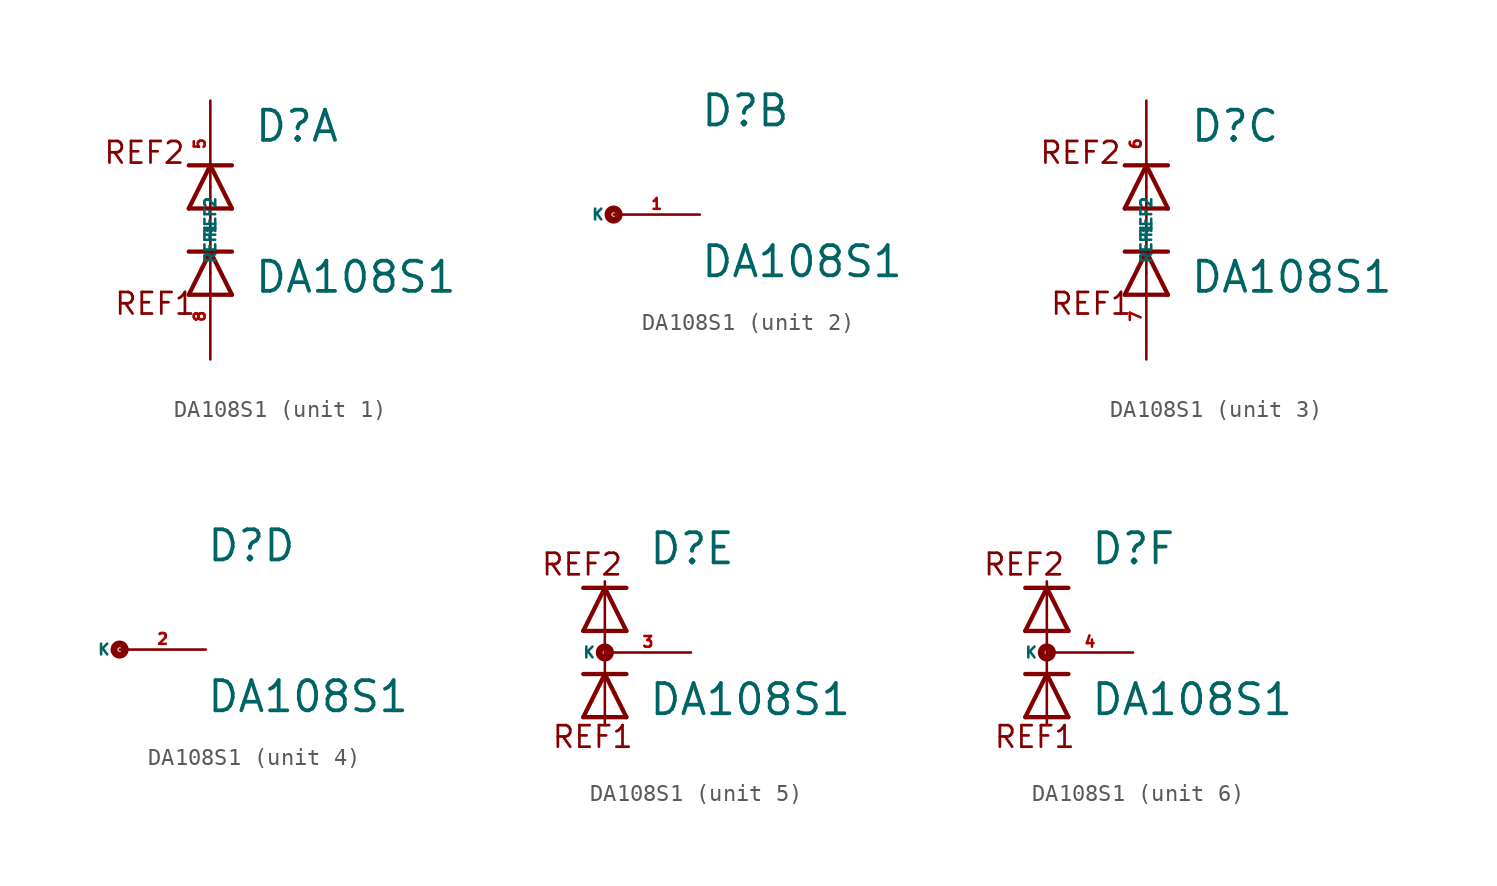
<source format=kicad_sym>
(kicad_symbol_lib
  (version 20220914)
  (generator Eagle2Kicad)
  (symbol "DA108S1"
    (property "Reference" "D"
      (at 2.54 5.08 0)
      (effects (font (size 1.778 1.778) (thickness 0.22)) (justify left bottom)))
    (property "Value" "DA108S1"
      (at 2.54 -3.81 0)
      (effects (font (size 1.778 1.778) (thickness 0.22)) (justify left bottom)))
    (symbol "DA108S1_1_0"
      (polyline (pts (xy 1.27 1.27) (xy 0 3.81)) (stroke (width 0.254) (type default)) (fill (type none)))
      (polyline (pts (xy 0 3.81) (xy -1.27 1.27)) (stroke (width 0.254) (type default)) (fill (type none)))
      (polyline (pts (xy -1.27 3.81) (xy 0 3.81)) (stroke (width 0.254) (type default)) (fill (type none)))
      (polyline (pts (xy 0 3.81) (xy 1.27 3.81)) (stroke (width 0.254) (type default)) (fill (type none)))
      (polyline (pts (xy 1.27 -3.81) (xy 0 -1.27)) (stroke (width 0.254) (type default)) (fill (type none)))
      (polyline (pts (xy 0 -1.27) (xy -1.27 -3.81)) (stroke (width 0.254) (type default)) (fill (type none)))
      (polyline (pts (xy -1.27 -3.81) (xy 1.27 -3.81)) (stroke (width 0.254) (type default)) (fill (type none)))
      (polyline (pts (xy -1.27 1.27) (xy 1.27 1.27)) (stroke (width 0.254) (type default)) (fill (type none)))
      (polyline (pts (xy 0 2.54) (xy 0 -1.27)) (stroke (width 0.152) (type default)) (fill (type none)))
      (polyline (pts (xy 0 -1.27) (xy 0 -2.54)) (stroke (width 0.152) (type default)) (fill (type none)))
      (polyline (pts (xy -1.27 -1.27) (xy 0 -1.27)) (stroke (width 0.254) (type default)) (fill (type none)))
      (polyline (pts (xy 0 -1.27) (xy 1.27 -1.27)) (stroke (width 0.254) (type default)) (fill (type none)))
      (text "REF1" (at -5.715 -5.08 0) (effects (font (size 1.27 1.27) (thickness 0.16)) (justify left bottom)))
      (text "REF2" (at -6.35 3.81 0) (effects (font (size 1.27 1.27) (thickness 0.16)) (justify left bottom)))
      (pin passive line (at 0 7.62 270) (length 5.08) (name "REF2" (effects (font (size 0.635 0.635) (thickness 0.08)) (justify left bottom))) (number "5" (effects (font (size 0.635 0.635) (thickness 0.08)) (justify left bottom))))
      (pin passive line (at 0 -7.62 90) (length 5.08) (name "REF1" (effects (font (size 0.635 0.635) (thickness 0.08)) (justify left bottom))) (number "8" (effects (font (size 0.635 0.635) (thickness 0.08)) (justify left bottom)))))
    (symbol "DA108S1_2_0"
      (circle (center -2.54 0) (radius 0.127) (stroke (width 0.406) (type default)) (fill (type none)))
      (pin passive line (at 2.54 0 180) (length 5.08) (name "K" (effects (font (size 0.635 0.635) (thickness 0.08)) (justify left bottom))) (number "1" (effects (font (size 0.635 0.635) (thickness 0.08)) (justify left bottom)))))
    (symbol "DA108S1_3_0"
      (polyline (pts (xy 1.27 1.27) (xy 0 3.81)) (stroke (width 0.254) (type default)) (fill (type none)))
      (polyline (pts (xy 0 3.81) (xy -1.27 1.27)) (stroke (width 0.254) (type default)) (fill (type none)))
      (polyline (pts (xy -1.27 3.81) (xy 0 3.81)) (stroke (width 0.254) (type default)) (fill (type none)))
      (polyline (pts (xy 0 3.81) (xy 1.27 3.81)) (stroke (width 0.254) (type default)) (fill (type none)))
      (polyline (pts (xy 1.27 -3.81) (xy 0 -1.27)) (stroke (width 0.254) (type default)) (fill (type none)))
      (polyline (pts (xy 0 -1.27) (xy -1.27 -3.81)) (stroke (width 0.254) (type default)) (fill (type none)))
      (polyline (pts (xy -1.27 -3.81) (xy 1.27 -3.81)) (stroke (width 0.254) (type default)) (fill (type none)))
      (polyline (pts (xy -1.27 1.27) (xy 1.27 1.27)) (stroke (width 0.254) (type default)) (fill (type none)))
      (polyline (pts (xy 0 2.54) (xy 0 -1.27)) (stroke (width 0.152) (type default)) (fill (type none)))
      (polyline (pts (xy 0 -1.27) (xy 0 -2.54)) (stroke (width 0.152) (type default)) (fill (type none)))
      (polyline (pts (xy -1.27 -1.27) (xy 0 -1.27)) (stroke (width 0.254) (type default)) (fill (type none)))
      (polyline (pts (xy 0 -1.27) (xy 1.27 -1.27)) (stroke (width 0.254) (type default)) (fill (type none)))
      (text "REF1" (at -5.715 -5.08 0) (effects (font (size 1.27 1.27) (thickness 0.16)) (justify left bottom)))
      (text "REF2" (at -6.35 3.81 0) (effects (font (size 1.27 1.27) (thickness 0.16)) (justify left bottom)))
      (pin passive line (at 0 7.62 270) (length 5.08) (name "REF2" (effects (font (size 0.635 0.635) (thickness 0.08)) (justify left bottom))) (number "6" (effects (font (size 0.635 0.635) (thickness 0.08)) (justify left bottom))))
      (pin passive line (at 0 -7.62 90) (length 5.08) (name "REF1" (effects (font (size 0.635 0.635) (thickness 0.08)) (justify left bottom))) (number "7" (effects (font (size 0.635 0.635) (thickness 0.08)) (justify left bottom)))))
    (symbol "DA108S1_4_0"
      (circle (center -2.54 0) (radius 0.127) (stroke (width 0.406) (type default)) (fill (type none)))
      (pin passive line (at 2.54 0 180) (length 5.08) (name "K" (effects (font (size 0.635 0.635) (thickness 0.08)) (justify left bottom))) (number "2" (effects (font (size 0.635 0.635) (thickness 0.08)) (justify left bottom)))))
    (symbol "DA108S1_5_0"
      (polyline (pts (xy 1.27 1.27) (xy 0 3.81)) (stroke (width 0.254) (type default)) (fill (type none)))
      (polyline (pts (xy 0 3.81) (xy -1.27 1.27)) (stroke (width 0.254) (type default)) (fill (type none)))
      (polyline (pts (xy -1.27 3.81) (xy 0 3.81)) (stroke (width 0.254) (type default)) (fill (type none)))
      (polyline (pts (xy -1.27 1.27) (xy 1.27 1.27)) (stroke (width 0.254) (type default)) (fill (type none)))
      (polyline (pts (xy 0 3.81) (xy 1.27 3.81)) (stroke (width 0.254) (type default)) (fill (type none)))
      (polyline (pts (xy 1.27 -3.81) (xy 0 -1.27)) (stroke (width 0.254) (type default)) (fill (type none)))
      (polyline (pts (xy 0 -1.27) (xy -1.27 -3.81)) (stroke (width 0.254) (type default)) (fill (type none)))
      (polyline (pts (xy -1.27 -1.27) (xy 0 -1.27)) (stroke (width 0.254) (type default)) (fill (type none)))
      (polyline (pts (xy 0 3.81) (xy 0 -1.27)) (stroke (width 0.152) (type default)) (fill (type none)))
      (polyline (pts (xy 0 -4.191) (xy 0 -1.27)) (stroke (width 0.152) (type default)) (fill (type none)))
      (polyline (pts (xy -1.27 -3.81) (xy 1.27 -3.81)) (stroke (width 0.254) (type default)) (fill (type none)))
      (polyline (pts (xy 0 -1.27) (xy 1.27 -1.27)) (stroke (width 0.254) (type default)) (fill (type none)))
      (polyline (pts (xy 0 3.81) (xy 0 4.191)) (stroke (width 0.152) (type default)) (fill (type none)))
      (text "REF1" (at -3.175 -5.715 0) (effects (font (size 1.27 1.27) (thickness 0.16)) (justify left bottom)))
      (text "REF2" (at -3.81 4.445 0) (effects (font (size 1.27 1.27) (thickness 0.16)) (justify left bottom)))
      (circle (center 0 0) (radius 0.127) (stroke (width 0.406) (type default)) (fill (type none)))
      (pin passive line (at 5.08 0 180) (length 5.08) (name "K" (effects (font (size 0.635 0.635) (thickness 0.08)) (justify left bottom))) (number "3" (effects (font (size 0.635 0.635) (thickness 0.08)) (justify left bottom)))))
    (symbol "DA108S1_6_0"
      (polyline (pts (xy 1.27 1.27) (xy 0 3.81)) (stroke (width 0.254) (type default)) (fill (type none)))
      (polyline (pts (xy 0 3.81) (xy -1.27 1.27)) (stroke (width 0.254) (type default)) (fill (type none)))
      (polyline (pts (xy -1.27 3.81) (xy 0 3.81)) (stroke (width 0.254) (type default)) (fill (type none)))
      (polyline (pts (xy -1.27 1.27) (xy 1.27 1.27)) (stroke (width 0.254) (type default)) (fill (type none)))
      (polyline (pts (xy 0 3.81) (xy 1.27 3.81)) (stroke (width 0.254) (type default)) (fill (type none)))
      (polyline (pts (xy 1.27 -3.81) (xy 0 -1.27)) (stroke (width 0.254) (type default)) (fill (type none)))
      (polyline (pts (xy 0 -1.27) (xy -1.27 -3.81)) (stroke (width 0.254) (type default)) (fill (type none)))
      (polyline (pts (xy -1.27 -1.27) (xy 0 -1.27)) (stroke (width 0.254) (type default)) (fill (type none)))
      (polyline (pts (xy 0 3.81) (xy 0 -1.27)) (stroke (width 0.152) (type default)) (fill (type none)))
      (polyline (pts (xy 0 -4.191) (xy 0 -1.27)) (stroke (width 0.152) (type default)) (fill (type none)))
      (polyline (pts (xy -1.27 -3.81) (xy 1.27 -3.81)) (stroke (width 0.254) (type default)) (fill (type none)))
      (polyline (pts (xy 0 -1.27) (xy 1.27 -1.27)) (stroke (width 0.254) (type default)) (fill (type none)))
      (polyline (pts (xy 0 3.81) (xy 0 4.191)) (stroke (width 0.152) (type default)) (fill (type none)))
      (text "REF1" (at -3.175 -5.715 0) (effects (font (size 1.27 1.27) (thickness 0.16)) (justify left bottom)))
      (text "REF2" (at -3.81 4.445 0) (effects (font (size 1.27 1.27) (thickness 0.16)) (justify left bottom)))
      (circle (center 0 0) (radius 0.127) (stroke (width 0.406) (type default)) (fill (type none)))
      (pin passive line (at 5.08 0 180) (length 5.08) (name "K" (effects (font (size 0.635 0.635) (thickness 0.08)) (justify left bottom))) (number "4" (effects (font (size 0.635 0.635) (thickness 0.08)) (justify left bottom)))))))
</source>
